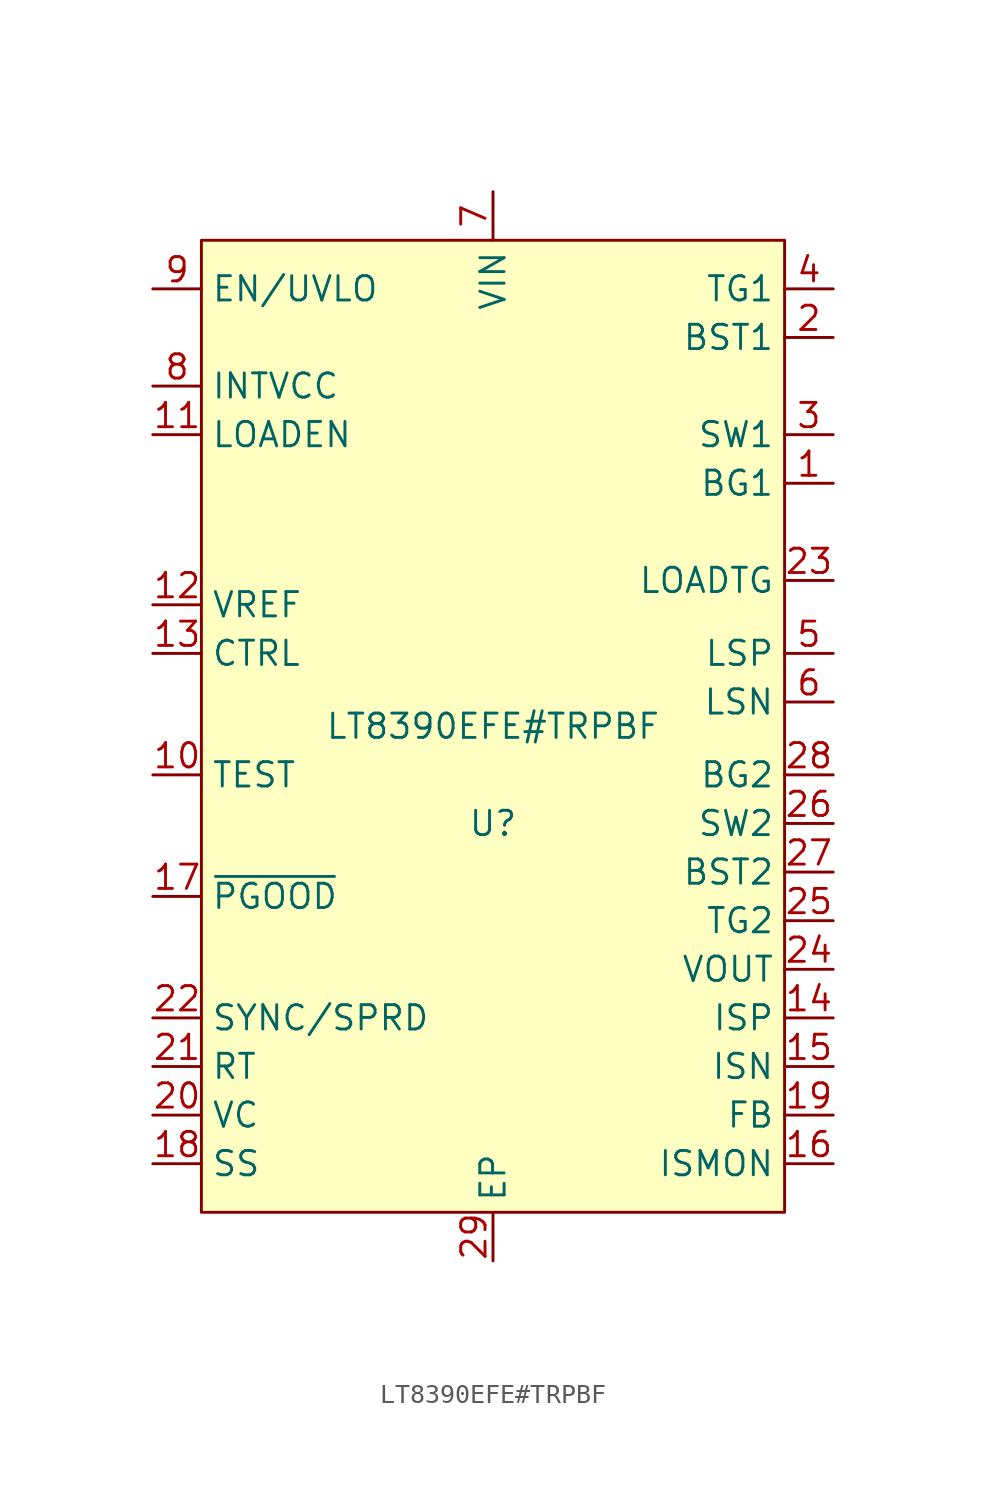
<source format=kicad_sym>
(kicad_symbol_lib
  (version 20220914)
  (generator kicad_symbol_editor)
  (symbol "LT8390EFE#TRPBF"
    (property "Reference" "U"
      (at 0 -5.08 0)
      (effects (font (size 1.27 1.27))))
    (property "Value" "LT8390EFE#TRPBF"
      (at 0 0 0)
      (effects (font (size 1.27 1.27))))
    (symbol "LT8390EFE#TRPBF_0_1"
      (rectangle (start -15.24 25.4) (end 15.24 -25.4) (stroke (width 0) (type default)) (fill (type background)))
      (pin unspecified line (at 17.78 12.7 180) (length 2.54) (name "BG1" (effects (font (size 1.27 1.27)))) (number "1" (effects (font (size 1.27 1.27)))))
      (pin unspecified line (at -17.78 -2.54 0) (length 2.54) (name "TEST" (effects (font (size 1.27 1.27)))) (number "10" (effects (font (size 1.27 1.27)))))
      (pin unspecified line (at -17.78 15.24 0) (length 2.54) (name "LOADEN" (effects (font (size 1.27 1.27)))) (number "11" (effects (font (size 1.27 1.27)))))
      (pin unspecified line (at -17.78 6.35 0) (length 2.54) (name "VREF" (effects (font (size 1.27 1.27)))) (number "12" (effects (font (size 1.27 1.27)))))
      (pin unspecified line (at -17.78 3.81 0) (length 2.54) (name "CTRL" (effects (font (size 1.27 1.27)))) (number "13" (effects (font (size 1.27 1.27)))))
      (pin unspecified line (at 17.78 -15.24 180) (length 2.54) (name "ISP" (effects (font (size 1.27 1.27)))) (number "14" (effects (font (size 1.27 1.27)))))
      (pin unspecified line (at 17.78 -17.78 180) (length 2.54) (name "ISN" (effects (font (size 1.27 1.27)))) (number "15" (effects (font (size 1.27 1.27)))))
      (pin unspecified line (at 17.78 -22.86 180) (length 2.54) (name "ISMON" (effects (font (size 1.27 1.27)))) (number "16" (effects (font (size 1.27 1.27)))))
      (pin unspecified line (at -17.78 -8.89 0) (length 2.54) (name "~{PGOOD}" (effects (font (size 1.27 1.27)))) (number "17" (effects (font (size 1.27 1.27)))))
      (pin unspecified line (at -17.78 -22.86 0) (length 2.54) (name "SS" (effects (font (size 1.27 1.27)))) (number "18" (effects (font (size 1.27 1.27)))))
      (pin unspecified line (at 17.78 -20.32 180) (length 2.54) (name "FB" (effects (font (size 1.27 1.27)))) (number "19" (effects (font (size 1.27 1.27)))))
      (pin unspecified line (at 17.78 20.32 180) (length 2.54) (name "BST1" (effects (font (size 1.27 1.27)))) (number "2" (effects (font (size 1.27 1.27)))))
      (pin unspecified line (at -17.78 -20.32 0) (length 2.54) (name "VC" (effects (font (size 1.27 1.27)))) (number "20" (effects (font (size 1.27 1.27)))))
      (pin unspecified line (at -17.78 -17.78 0) (length 2.54) (name "RT" (effects (font (size 1.27 1.27)))) (number "21" (effects (font (size 1.27 1.27)))))
      (pin unspecified line (at -17.78 -15.24 0) (length 2.54) (name "SYNC/SPRD" (effects (font (size 1.27 1.27)))) (number "22" (effects (font (size 1.27 1.27)))))
      (pin unspecified line (at 17.78 7.62 180) (length 2.54) (name "LOADTG" (effects (font (size 1.27 1.27)))) (number "23" (effects (font (size 1.27 1.27)))))
      (pin unspecified line (at 17.78 -12.7 180) (length 2.54) (name "VOUT" (effects (font (size 1.27 1.27)))) (number "24" (effects (font (size 1.27 1.27)))))
      (pin unspecified line (at 17.78 -10.16 180) (length 2.54) (name "TG2" (effects (font (size 1.27 1.27)))) (number "25" (effects (font (size 1.27 1.27)))))
      (pin unspecified line (at 17.78 -5.08 180) (length 2.54) (name "SW2" (effects (font (size 1.27 1.27)))) (number "26" (effects (font (size 1.27 1.27)))))
      (pin unspecified line (at 17.78 -7.62 180) (length 2.54) (name "BST2" (effects (font (size 1.27 1.27)))) (number "27" (effects (font (size 1.27 1.27)))))
      (pin unspecified line (at 17.78 -2.54 180) (length 2.54) (name "BG2" (effects (font (size 1.27 1.27)))) (number "28" (effects (font (size 1.27 1.27)))))
      (pin unspecified line (at 0 -27.94 90) (length 2.54) (name "EP" (effects (font (size 1.27 1.27)))) (number "29" (effects (font (size 1.27 1.27)))))
      (pin unspecified line (at 17.78 15.24 180) (length 2.54) (name "SW1" (effects (font (size 1.27 1.27)))) (number "3" (effects (font (size 1.27 1.27)))))
      (pin unspecified line (at 17.78 22.86 180) (length 2.54) (name "TG1" (effects (font (size 1.27 1.27)))) (number "4" (effects (font (size 1.27 1.27)))))
      (pin unspecified line (at 17.78 3.81 180) (length 2.54) (name "LSP" (effects (font (size 1.27 1.27)))) (number "5" (effects (font (size 1.27 1.27)))))
      (pin unspecified line (at 17.78 1.27 180) (length 2.54) (name "LSN" (effects (font (size 1.27 1.27)))) (number "6" (effects (font (size 1.27 1.27)))))
      (pin unspecified line (at 0 27.94 270) (length 2.54) (name "VIN" (effects (font (size 1.27 1.27)))) (number "7" (effects (font (size 1.27 1.27)))))
      (pin unspecified line (at -17.78 17.78 0) (length 2.54) (name "INTVCC" (effects (font (size 1.27 1.27)))) (number "8" (effects (font (size 1.27 1.27)))))
      (pin unspecified line (at -17.78 22.86 0) (length 2.54) (name "EN/UVLO" (effects (font (size 1.27 1.27)))) (number "9" (effects (font (size 1.27 1.27))))))))
</source>
